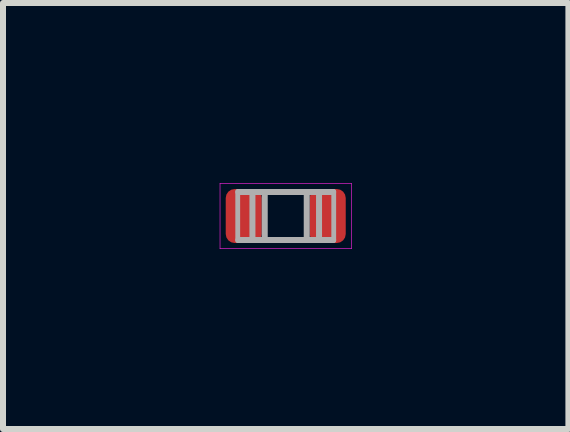
<source format=kicad_pcb>
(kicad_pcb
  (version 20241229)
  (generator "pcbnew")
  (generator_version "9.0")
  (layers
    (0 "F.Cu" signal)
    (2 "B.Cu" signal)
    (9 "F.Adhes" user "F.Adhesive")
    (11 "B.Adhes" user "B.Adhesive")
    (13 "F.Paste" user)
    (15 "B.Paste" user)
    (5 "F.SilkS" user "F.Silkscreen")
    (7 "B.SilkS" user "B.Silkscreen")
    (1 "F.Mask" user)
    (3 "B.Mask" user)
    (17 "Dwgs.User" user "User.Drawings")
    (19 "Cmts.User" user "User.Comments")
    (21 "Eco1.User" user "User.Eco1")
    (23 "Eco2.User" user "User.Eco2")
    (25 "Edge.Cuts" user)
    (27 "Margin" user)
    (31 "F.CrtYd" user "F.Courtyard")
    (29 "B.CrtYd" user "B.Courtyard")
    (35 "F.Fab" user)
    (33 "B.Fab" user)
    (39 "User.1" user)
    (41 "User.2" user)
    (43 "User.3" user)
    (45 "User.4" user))
  (footprint ".0603-C-NOSILK"
    (layer "F.Cu")
    (at 1.712 0.55)
    (property "Reference" ".0603-C-NOSILK" (at 0 0 0) (layer "F.Mask") (effects (font (size 0.255 0.255) (thickness 0.045))))
    (fp_line (start -0.845 -0.295) (end -0.845 0.295) (stroke (width 0.43) (type solid)) (layer "F.Mask"))
    (fp_line (start -0.8 0.41) (end -0.8 -0.41) (stroke (width 0.08) (type solid)) (layer "F.Mask"))
    (fp_line (start -0.79 -0.4) (end 0.79 -0.4) (stroke (width 0.1) (type solid)) (layer "F.Mask"))
    (fp_line (start -0.555 -0.295) (end -0.845 -0.295) (stroke (width 0.43) (type solid)) (layer "F.Mask"))
    (fp_line (start -0.555 -0.295) (end -0.555 0.295) (stroke (width 0.43) (type solid)) (layer "F.Mask"))
    (fp_line (start -0.555 0.295) (end -0.845 0.295) (stroke (width 0.43) (type solid)) (layer "F.Mask"))
    (fp_line (start 0.555 -0.295) (end 0.555 0.295) (stroke (width 0.43) (type solid)) (layer "F.Mask"))
    (fp_line (start 0.79 0.4) (end -0.79 0.4) (stroke (width 0.1) (type solid)) (layer "F.Mask"))
    (fp_line (start 0.8 -0.41) (end 0.8 0.41) (stroke (width 0.08) (type solid)) (layer "F.Mask"))
    (fp_line (start 0.845 -0.295) (end 0.555 -0.295) (stroke (width 0.43) (type solid)) (layer "F.Mask"))
    (fp_line (start 0.845 -0.295) (end 0.845 0.295) (stroke (width 0.43) (type solid)) (layer "F.Mask"))
    (fp_line (start 0.845 0.295) (end 0.555 0.295) (stroke (width 0.43) (type solid)) (layer "F.Mask"))
    (fp_line (start -1.095 -0.545) (end -1.095 0.545) (stroke (width 0.01) (type solid)) (layer "F.CrtYd"))
    (fp_line (start -1.095 0.545) (end 1.095 0.545) (stroke (width 0.01) (type solid)) (layer "F.CrtYd"))
    (fp_line (start 1.095 -0.545) (end -1.095 -0.545) (stroke (width 0.01) (type solid)) (layer "F.CrtYd"))
    (fp_line (start 1.095 0.545) (end 1.095 -0.545) (stroke (width 0.01) (type solid)) (layer "F.CrtYd"))
    (fp_line (start -0.8 0.41) (end -0.8 -0.41) (stroke (width 0.08) (type solid)) (layer "F.Fab"))
    (fp_line (start -0.79 -0.4) (end 0.79 -0.4) (stroke (width 0.1) (type solid)) (layer "F.Fab"))
    (fp_line (start 0.79 0.4) (end -0.79 0.4) (stroke (width 0.1) (type solid)) (layer "F.Fab"))
    (fp_line (start 0.8 -0.41) (end 0.8 0.41) (stroke (width 0.08) (type solid)) (layer "F.Fab"))
    (fp_poly (pts (xy -0.555 0.4) (xy -0.35 0.4) (xy -0.35 -0.4) (xy -0.555 -0.4)) (stroke (width 0.1) (type solid)) (fill no) (layer "F.Fab"))
    (fp_poly (pts (xy 0.35 0.4) (xy 0.555 0.4) (xy 0.555 -0.4) (xy 0.35 -0.4)) (stroke (width 0.1) (type solid)) (fill no) (layer "F.Fab"))
    (pad "1" smd roundrect (at -0.7 0) (size 0.6 0.9) (layers "F.Cu" "F.Paste") (roundrect_rratio 0.25))
    (pad "2" smd roundrect (at 0.7 0) (size 0.6 0.9) (layers "F.Cu" "F.Paste") (roundrect_rratio 0.25)))
  (gr_rect
    (start -3 -3)
    (end 6.423 4.1)
    (stroke (width 0.1) (type default))
    (fill no)
    (layer "Edge.Cuts")))
</source>
